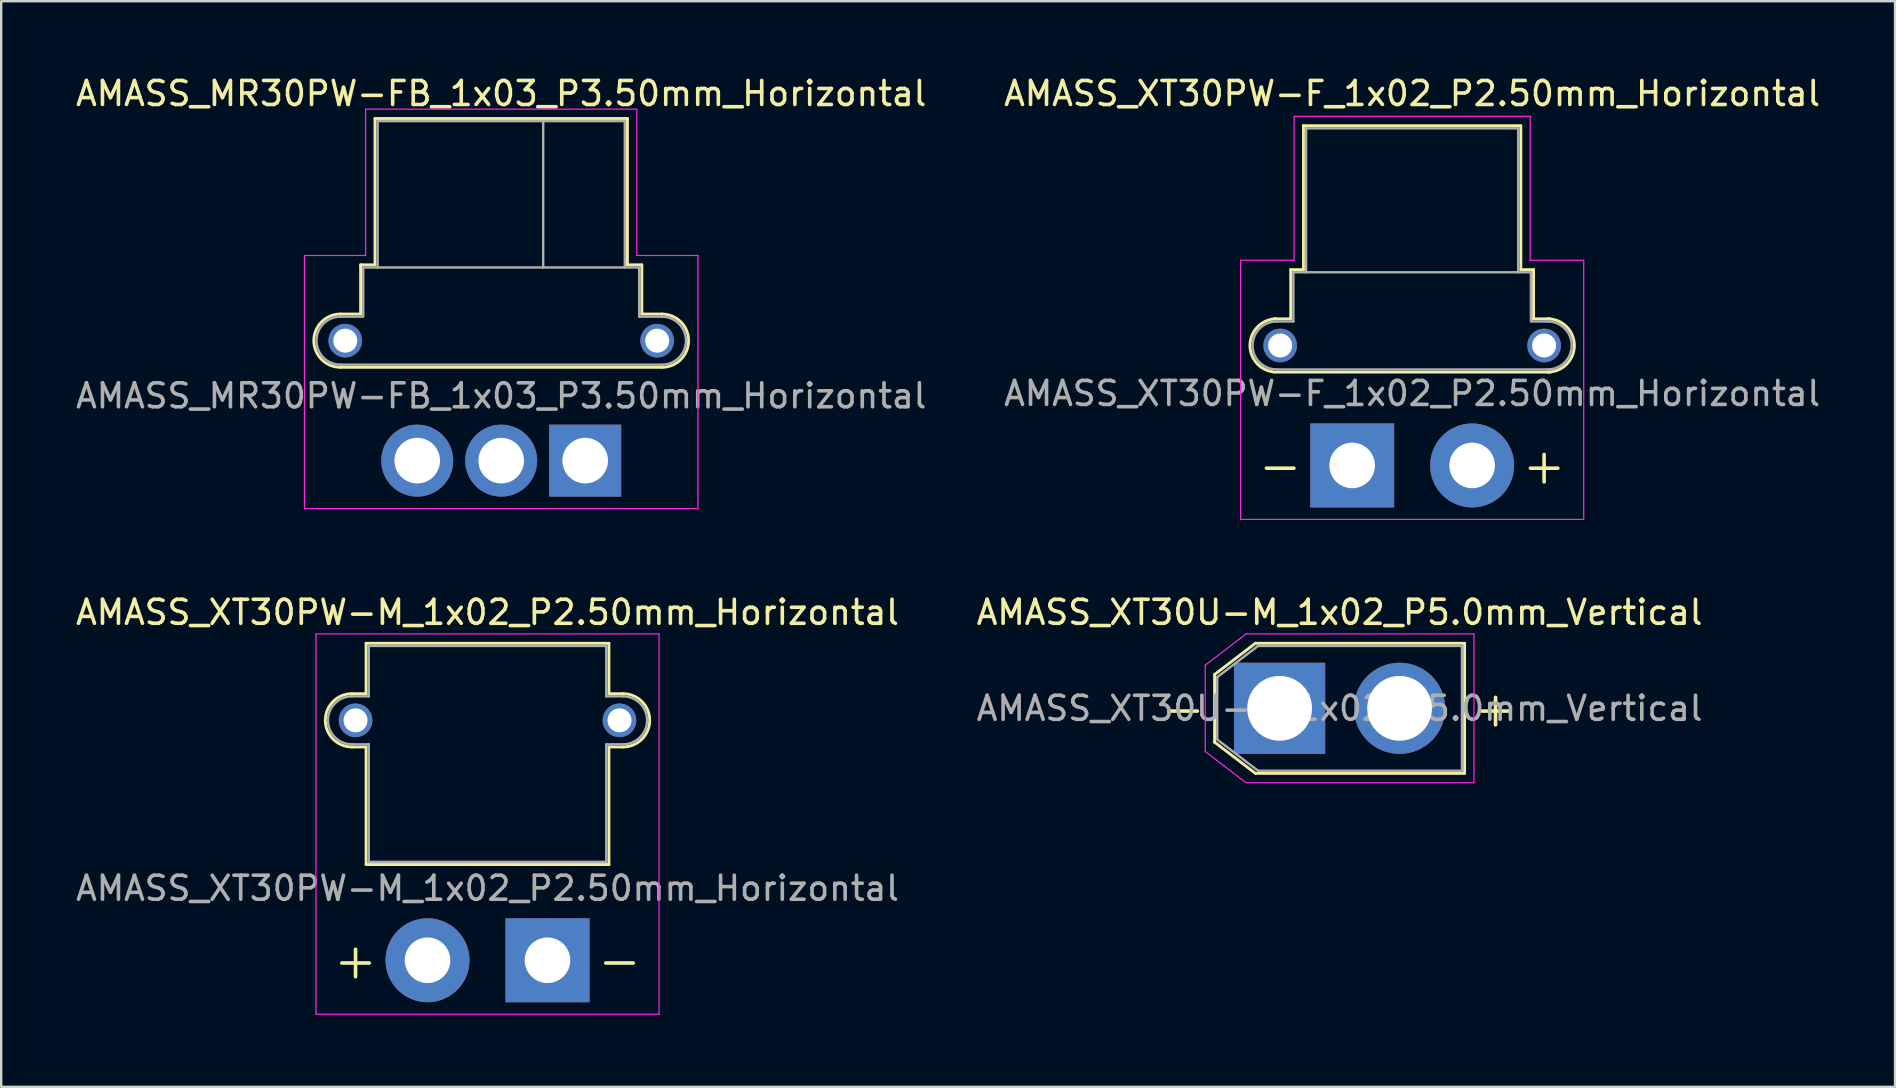
<source format=kicad_pcb>
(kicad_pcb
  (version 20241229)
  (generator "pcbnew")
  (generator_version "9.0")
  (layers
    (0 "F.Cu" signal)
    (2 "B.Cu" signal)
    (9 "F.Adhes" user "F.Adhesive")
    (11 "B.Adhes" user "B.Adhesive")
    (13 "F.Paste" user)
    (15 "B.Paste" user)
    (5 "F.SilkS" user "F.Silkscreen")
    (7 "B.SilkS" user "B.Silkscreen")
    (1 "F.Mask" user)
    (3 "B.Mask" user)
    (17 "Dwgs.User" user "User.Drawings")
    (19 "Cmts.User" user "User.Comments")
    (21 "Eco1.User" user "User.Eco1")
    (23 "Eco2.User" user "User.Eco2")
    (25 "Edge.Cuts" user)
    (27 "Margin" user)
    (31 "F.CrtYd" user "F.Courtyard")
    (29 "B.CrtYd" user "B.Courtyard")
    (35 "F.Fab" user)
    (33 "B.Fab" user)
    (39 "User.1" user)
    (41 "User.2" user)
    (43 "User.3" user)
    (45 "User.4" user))
  (footprint "AMASS_MR30PW-FB_1x03_P3.50mm_Horizontal"
    (layer "F.Cu")
    (at 21.339 16.148)
    (property "Reference" "AMASS_MR30PW-FB_1x03_P3.50mm_Horizontal" (at -3.5 -15.3 0) (layer "F.SilkS") (effects (font (size 1 1) (thickness 0.15))))
    (attr through_hole)
    (fp_line (start -10.2 -6.11) (end -9.36 -6.11) (stroke (width 0.12) (type solid)) (layer "F.SilkS"))
    (fp_line (start -10.2 -3.89) (end 3.2 -3.89) (stroke (width 0.12) (type solid)) (layer "F.SilkS"))
    (fp_line (start -9.36 -8.16) (end -9.36 -6.11) (stroke (width 0.12) (type solid)) (layer "F.SilkS"))
    (fp_line (start -9.36 -8.16) (end -8.76 -8.16) (stroke (width 0.12) (type solid)) (layer "F.SilkS"))
    (fp_line (start -8.76 -14.26) (end -8.76 -8.16) (stroke (width 0.12) (type solid)) (layer "F.SilkS"))
    (fp_line (start -8.76 -14.26) (end 1.76 -14.26) (stroke (width 0.12) (type solid)) (layer "F.SilkS"))
    (fp_line (start 1.76 -14.26) (end 1.76 -8.16) (stroke (width 0.12) (type solid)) (layer "F.SilkS"))
    (fp_line (start 1.76 -8.16) (end 2.36 -8.16) (stroke (width 0.12) (type solid)) (layer "F.SilkS"))
    (fp_line (start 2.36 -8.16) (end 2.36 -6.11) (stroke (width 0.12) (type solid)) (layer "F.SilkS"))
    (fp_line (start 2.36 -6.11) (end 3.2 -6.11) (stroke (width 0.12) (type solid)) (layer "F.SilkS"))
    (fp_arc (start -10.2 -3.89) (mid -11.31 -5) (end -10.2 -6.11) (stroke (width 0.12) (type solid)) (layer "F.SilkS"))
    (fp_arc (start 3.2 -6.11) (mid 4.31 -5) (end 3.2 -3.89) (stroke (width 0.12) (type solid)) (layer "F.SilkS"))
    (fp_line (start -11.7 -8.55) (end -11.7 2) (stroke (width 0.05) (type solid)) (layer "F.CrtYd"))
    (fp_line (start -11.7 2) (end 4.7 2) (stroke (width 0.05) (type solid)) (layer "F.CrtYd"))
    (fp_line (start -9.15 -14.65) (end -9.15 -8.55) (stroke (width 0.05) (type solid)) (layer "F.CrtYd"))
    (fp_line (start -9.15 -14.65) (end 2.15 -14.65) (stroke (width 0.05) (type solid)) (layer "F.CrtYd"))
    (fp_line (start -9.15 -8.55) (end -11.7 -8.55) (stroke (width 0.05) (type solid)) (layer "F.CrtYd"))
    (fp_line (start 2.15 -14.65) (end 2.15 -8.55) (stroke (width 0.05) (type solid)) (layer "F.CrtYd"))
    (fp_line (start 4.7 -8.55) (end 2.15 -8.55) (stroke (width 0.05) (type solid)) (layer "F.CrtYd"))
    (fp_line (start 4.7 -8.55) (end 4.7 2) (stroke (width 0.05) (type solid)) (layer "F.CrtYd"))
    (fp_line (start -10.2 -6) (end -9.25 -6) (stroke (width 0.1) (type solid)) (layer "F.Fab"))
    (fp_line (start -10.2 -4) (end 3.2 -4) (stroke (width 0.1) (type solid)) (layer "F.Fab"))
    (fp_line (start -9.25 -8.05) (end -9.25 -6.05) (stroke (width 0.1) (type solid)) (layer "F.Fab"))
    (fp_line (start -9.25 -8.05) (end 2.25 -8.05) (stroke (width 0.1) (type solid)) (layer "F.Fab"))
    (fp_line (start -8.65 -14.15) (end -8.65 -8.05) (stroke (width 0.1) (type solid)) (layer "F.Fab"))
    (fp_line (start -8.65 -14.15) (end 1.65 -14.15) (stroke (width 0.1) (type solid)) (layer "F.Fab"))
    (fp_line (start -1.75 -14.15) (end -1.75 -8.05) (stroke (width 0.1) (type solid)) (layer "F.Fab"))
    (fp_line (start 1.65 -14.15) (end 1.65 -8.05) (stroke (width 0.1) (type solid)) (layer "F.Fab"))
    (fp_line (start 2.25 -8.05) (end 2.25 -6) (stroke (width 0.1) (type solid)) (layer "F.Fab"))
    (fp_line (start 2.255 -6) (end 3.2 -6) (stroke (width 0.1) (type solid)) (layer "F.Fab"))
    (fp_arc (start -10.2 -4) (mid -11.2 -5) (end -10.2 -6) (stroke (width 0.1) (type solid)) (layer "F.Fab"))
    (fp_arc (start 3.2 -6) (mid 4.2 -5) (end 3.2 -4) (stroke (width 0.1) (type solid)) (layer "F.Fab"))
    (fp_text user "${REFERENCE}" (at -3.5 -2.7 0) (layer "F.Fab") (effects (font (size 1 1) (thickness 0.15))))
    (pad "" thru_hole circle (at -10 -5) (size 1.4 1.4) (drill 1) (layers "*.Cu" "*.Mask"))
    (pad "" thru_hole circle (at 3 -5 90) (size 1.4 1.4) (drill 1) (layers "*.Cu" "*.Mask"))
    (pad "1" thru_hole rect (at 0 0) (size 3 3) (drill 1.9) (layers "*.Cu" "*.Mask"))
    (pad "2" thru_hole circle (at -3.5 0) (size 3 3) (drill 1.9) (layers "*.Cu" "*.Mask"))
    (pad "3" thru_hole circle (at -7 0) (size 3 3) (drill 1.9) (layers "*.Cu" "*.Mask")))
  (footprint "AMASS_XT30U-M_1x02_P5.0mm_Vertical"
    (layer "F.Cu")
    (at 50.28 26.471)
    (property "Reference" "AMASS_XT30U-M_1x02_P5.0mm_Vertical" (at 2.5 -4 0) (layer "F.SilkS") (effects (font (size 1 1) (thickness 0.15))))
    (attr through_hole)
    (fp_line (start -2.71 -1.41) (end -2.71 1.41) (stroke (width 0.12) (type solid)) (layer "F.SilkS"))
    (fp_line (start -2.71 -1.41) (end -1.01 -2.71) (stroke (width 0.12) (type solid)) (layer "F.SilkS"))
    (fp_line (start -2.71 1.41) (end -1.01 2.71) (stroke (width 0.12) (type solid)) (layer "F.SilkS"))
    (fp_line (start -1.01 -2.71) (end 7.71 -2.71) (stroke (width 0.12) (type solid)) (layer "F.SilkS"))
    (fp_line (start -1.01 2.71) (end 7.71 2.71) (stroke (width 0.12) (type solid)) (layer "F.SilkS"))
    (fp_line (start 7.71 -2.71) (end 7.71 2.71) (stroke (width 0.12) (type solid)) (layer "F.SilkS"))
    (fp_line (start -3.1 -1.8) (end -3.1 1.8) (stroke (width 0.05) (type solid)) (layer "F.CrtYd"))
    (fp_line (start -3.1 -1.8) (end -1.4 -3.1) (stroke (width 0.05) (type solid)) (layer "F.CrtYd"))
    (fp_line (start -3.1 1.8) (end -1.4 3.1) (stroke (width 0.05) (type solid)) (layer "F.CrtYd"))
    (fp_line (start -1.4 -3.1) (end 8.1 -3.1) (stroke (width 0.05) (type solid)) (layer "F.CrtYd"))
    (fp_line (start -1.4 3.1) (end 8.1 3.1) (stroke (width 0.05) (type solid)) (layer "F.CrtYd"))
    (fp_line (start 8.1 -3.1) (end 8.1 3.1) (stroke (width 0.05) (type solid)) (layer "F.CrtYd"))
    (fp_line (start -2.6 -1.3) (end -2.6 1.3) (stroke (width 0.1) (type solid)) (layer "F.Fab"))
    (fp_line (start -2.6 -1.3) (end -0.9 -2.6) (stroke (width 0.1) (type solid)) (layer "F.Fab"))
    (fp_line (start -2.6 1.3) (end -0.9 2.6) (stroke (width 0.1) (type solid)) (layer "F.Fab"))
    (fp_line (start -0.9 -2.6) (end 7.6 -2.6) (stroke (width 0.1) (type solid)) (layer "F.Fab"))
    (fp_line (start -0.9 2.6) (end 7.6 2.6) (stroke (width 0.1) (type solid)) (layer "F.Fab"))
    (fp_line (start 7.6 -2.6) (end 7.6 2.6) (stroke (width 0.1) (type solid)) (layer "F.Fab"))
    (fp_text user "+" (at 9 0 0) (layer "F.SilkS") (effects (font (size 1.5 1.5) (thickness 0.15))))
    (fp_text user "-" (at -4 0 0) (layer "F.SilkS") (effects (font (size 1.5 1.5) (thickness 0.15))))
    (fp_text user "${REFERENCE}" (at 2.5 0 0) (layer "F.Fab") (effects (font (size 1 1) (thickness 0.15))))
    (pad "1" thru_hole rect (at 0 0) (size 3.8 3.8) (drill 2.7) (layers "*.Cu" "*.Mask"))
    (pad "2" thru_hole circle (at 5 0) (size 3.8 3.8) (drill 2.7) (layers "*.Cu" "*.Mask")))
  (footprint "AMASS_XT30PW-F_1x02_P2.50mm_Horizontal"
    (layer "F.Cu")
    (at 53.304 16.348)
    (property "Reference" "AMASS_XT30PW-F_1x02_P2.50mm_Horizontal" (at 2.5 -15.5 0) (layer "F.SilkS") (effects (font (size 1 1) (thickness 0.15))))
    (attr through_hole)
    (fp_line (start -3.26 -6.11) (end -2.56 -6.11) (stroke (width 0.12) (type solid)) (layer "F.SilkS"))
    (fp_line (start -3.26 -3.89) (end 8.26 -3.89) (stroke (width 0.12) (type solid)) (layer "F.SilkS"))
    (fp_line (start -2.56 -8.16) (end -2.56 -6.11) (stroke (width 0.12) (type solid)) (layer "F.SilkS"))
    (fp_line (start -2.56 -8.16) (end -2.03 -8.16) (stroke (width 0.12) (type solid)) (layer "F.SilkS"))
    (fp_line (start -2.03 -14.16) (end -2.03 -8.16) (stroke (width 0.12) (type solid)) (layer "F.SilkS"))
    (fp_line (start -2.03 -14.16) (end 7 -14.16) (stroke (width 0.12) (type solid)) (layer "F.SilkS"))
    (fp_line (start 7.03 -14.16) (end 7.03 -8.16) (stroke (width 0.12) (type solid)) (layer "F.SilkS"))
    (fp_line (start 7.03 -8.16) (end 7.56 -8.16) (stroke (width 0.12) (type solid)) (layer "F.SilkS"))
    (fp_line (start 7.56 -8.16) (end 7.56 -6.11) (stroke (width 0.12) (type solid)) (layer "F.SilkS"))
    (fp_line (start 7.56 -6.11) (end 8.26 -6.11) (stroke (width 0.12) (type solid)) (layer "F.SilkS"))
    (fp_arc (start -3.321729 -3.903365) (mid -4.256653 -5.086124) (end -3.15 -6.11) (stroke (width 0.12) (type solid)) (layer "F.SilkS"))
    (fp_arc (start 8.15 -6.11) (mid 9.26 -5) (end 8.15 -3.89) (stroke (width 0.12) (type solid)) (layer "F.SilkS"))
    (fp_line (start -4.65 -8.55) (end -4.65 2.25) (stroke (width 0.05) (type solid)) (layer "F.CrtYd"))
    (fp_line (start -4.65 -8.55) (end -2.42 -8.55) (stroke (width 0.05) (type solid)) (layer "F.CrtYd"))
    (fp_line (start -4.65 2.25) (end 9.65 2.25) (stroke (width 0.05) (type solid)) (layer "F.CrtYd"))
    (fp_line (start -2.42 -14.55) (end -2.42 -8.55) (stroke (width 0.05) (type solid)) (layer "F.CrtYd"))
    (fp_line (start -2.42 -14.55) (end 7.42 -14.55) (stroke (width 0.05) (type solid)) (layer "F.CrtYd"))
    (fp_line (start 7.42 -14.55) (end 7.42 -8.55) (stroke (width 0.05) (type solid)) (layer "F.CrtYd"))
    (fp_line (start 7.42 -8.55) (end 9.65 -8.55) (stroke (width 0.05) (type solid)) (layer "F.CrtYd"))
    (fp_line (start 9.65 -8.55) (end 9.65 2.25) (stroke (width 0.05) (type solid)) (layer "F.CrtYd"))
    (fp_line (start -3.15 -6) (end -2.45 -6) (stroke (width 0.1) (type solid)) (layer "F.Fab"))
    (fp_line (start -3.15 -4) (end 8.15 -4) (stroke (width 0.1) (type solid)) (layer "F.Fab"))
    (fp_line (start -2.45 -8.05) (end -2.45 -6) (stroke (width 0.1) (type solid)) (layer "F.Fab"))
    (fp_line (start -2.45 -8.05) (end 7.45 -8.05) (stroke (width 0.1) (type solid)) (layer "F.Fab"))
    (fp_line (start -1.92 -14.05) (end -1.92 -8.05) (stroke (width 0.1) (type solid)) (layer "F.Fab"))
    (fp_line (start -1.92 -14.05) (end 6.92 -14.05) (stroke (width 0.1) (type solid)) (layer "F.Fab"))
    (fp_line (start 6.92 -14.05) (end 6.92 -8.05) (stroke (width 0.1) (type solid)) (layer "F.Fab"))
    (fp_line (start 7.45 -8.05) (end 7.45 -6.05) (stroke (width 0.1) (type solid)) (layer "F.Fab"))
    (fp_line (start 7.45 -6) (end 8.15 -6) (stroke (width 0.1) (type solid)) (layer "F.Fab"))
    (fp_arc (start -3.15 -4) (mid -4.15 -5) (end -3.15 -6) (stroke (width 0.1) (type solid)) (layer "F.Fab"))
    (fp_arc (start 8.15 -6) (mid 9.15 -5) (end 8.15 -4) (stroke (width 0.1) (type solid)) (layer "F.Fab"))
    (fp_text user "-" (at -3 0 0) (layer "F.SilkS") (effects (font (size 1.5 1.5) (thickness 0.15))))
    (fp_text user "+" (at 8 0 0) (layer "F.SilkS") (effects (font (size 1.5 1.5) (thickness 0.15))))
    (fp_text user "${REFERENCE}" (at 2.5 -3 0) (layer "F.Fab") (effects (font (size 1 1) (thickness 0.15))))
    (pad "" thru_hole circle (at -3 -5 90) (size 1.4 1.4) (drill 1) (layers "*.Cu" "*.Mask"))
    (pad "" thru_hole circle (at 8 -5) (size 1.4 1.4) (drill 1) (layers "*.Cu" "*.Mask"))
    (pad "1" thru_hole rect (at 0 0) (size 3.5 3.5) (drill 1.9) (layers "*.Cu" "*.Mask"))
    (pad "2" thru_hole circle (at 5 0) (size 3.5 3.5) (drill 1.9) (layers "*.Cu" "*.Mask")))
  (footprint "AMASS_XT30PW-M_1x02_P2.50mm_Horizontal"
    (layer "F.Cu")
    (at 19.768 36.971)
    (property "Reference" "AMASS_XT30PW-M_1x02_P2.50mm_Horizontal" (at -2.5 -14.5 0) (layer "F.SilkS") (effects (font (size 1 1) (thickness 0.15))))
    (attr through_hole)
    (fp_line (start -8.15 -11.11) (end -7.56 -11.11) (stroke (width 0.12) (type solid)) (layer "F.SilkS"))
    (fp_line (start -8.15 -8.89) (end -7.56 -8.89) (stroke (width 0.12) (type solid)) (layer "F.SilkS"))
    (fp_line (start -7.56 -13.21) (end -7.56 -11.11) (stroke (width 0.12) (type solid)) (layer "F.SilkS"))
    (fp_line (start -7.56 -13.21) (end 2.56 -13.21) (stroke (width 0.12) (type solid)) (layer "F.SilkS"))
    (fp_line (start -7.56 -8.89) (end -7.56 -3.99) (stroke (width 0.12) (type solid)) (layer "F.SilkS"))
    (fp_line (start -7.56 -3.99) (end 2.56 -3.99) (stroke (width 0.12) (type solid)) (layer "F.SilkS"))
    (fp_line (start 2.56 -13.21) (end 2.56 -11.11) (stroke (width 0.12) (type solid)) (layer "F.SilkS"))
    (fp_line (start 2.56 -11.11) (end 3.15 -11.11) (stroke (width 0.12) (type solid)) (layer "F.SilkS"))
    (fp_line (start 2.56 -8.89) (end 2.56 -3.99) (stroke (width 0.12) (type solid)) (layer "F.SilkS"))
    (fp_line (start 2.56 -8.89) (end 3.15 -8.89) (stroke (width 0.12) (type solid)) (layer "F.SilkS"))
    (fp_arc (start -8.15 -8.89) (mid -9.26 -10) (end -8.15 -11.11) (stroke (width 0.12) (type solid)) (layer "F.SilkS"))
    (fp_arc (start 3.15 -11.11) (mid 4.26 -10) (end 3.15 -8.89) (stroke (width 0.12) (type solid)) (layer "F.SilkS"))
    (fp_line (start -9.65 -13.6) (end -9.65 2.25) (stroke (width 0.05) (type solid)) (layer "F.CrtYd"))
    (fp_line (start -9.65 -13.6) (end 4.65 -13.6) (stroke (width 0.05) (type solid)) (layer "F.CrtYd"))
    (fp_line (start -9.65 2.25) (end 4.65 2.25) (stroke (width 0.05) (type solid)) (layer "F.CrtYd"))
    (fp_line (start 4.65 -13.6) (end 4.65 2.25) (stroke (width 0.05) (type solid)) (layer "F.CrtYd"))
    (fp_line (start -8.15 -11) (end -7.45 -11) (stroke (width 0.1) (type solid)) (layer "F.Fab"))
    (fp_line (start -8.15 -9) (end -7.45 -9) (stroke (width 0.1) (type solid)) (layer "F.Fab"))
    (fp_line (start -7.45 -13.1) (end -7.45 -11) (stroke (width 0.1) (type solid)) (layer "F.Fab"))
    (fp_line (start -7.45 -13.1) (end 2.45 -13.1) (stroke (width 0.1) (type solid)) (layer "F.Fab"))
    (fp_line (start -7.45 -9) (end -7.45 -4.1) (stroke (width 0.1) (type solid)) (layer "F.Fab"))
    (fp_line (start -7.45 -4.1) (end 2.45 -4.1) (stroke (width 0.1) (type solid)) (layer "F.Fab"))
    (fp_line (start 2.45 -13.1) (end 2.45 -11) (stroke (width 0.1) (type solid)) (layer "F.Fab"))
    (fp_line (start 2.45 -11) (end 3.15 -11) (stroke (width 0.1) (type solid)) (layer "F.Fab"))
    (fp_line (start 2.45 -9) (end 2.45 -4.1) (stroke (width 0.1) (type solid)) (layer "F.Fab"))
    (fp_line (start 2.45 -9) (end 3.15 -9) (stroke (width 0.1) (type solid)) (layer "F.Fab"))
    (fp_arc (start -8.15 -9) (mid -9.15 -10) (end -8.15 -11) (stroke (width 0.1) (type solid)) (layer "F.Fab"))
    (fp_arc (start 3.15 -11) (mid 4.15 -10) (end 3.15 -9) (stroke (width 0.1) (type solid)) (layer "F.Fab"))
    (fp_text user "+" (at -8 0 0) (layer "F.SilkS") (effects (font (size 1.5 1.5) (thickness 0.15))))
    (fp_text user "-" (at 3 0 0) (layer "F.SilkS") (effects (font (size 1.5 1.5) (thickness 0.15))))
    (fp_text user "${REFERENCE}" (at -2.5 -3 0) (layer "F.Fab") (effects (font (size 1 1) (thickness 0.15))))
    (pad "" thru_hole circle (at -8 -10) (size 1.4 1.4) (drill 1) (layers "*.Cu" "*.Mask"))
    (pad "" thru_hole circle (at 3 -10) (size 1.4 1.4) (drill 1) (layers "*.Cu" "*.Mask"))
    (pad "1" thru_hole rect (at 0 0) (size 3.5 3.5) (drill 1.9) (layers "*.Cu" "*.Mask"))
    (pad "2" thru_hole circle (at -5 0) (size 3.5 3.5) (drill 1.9) (layers "*.Cu" "*.Mask")))
  (gr_rect
    (start -3 -3)
    (end 75.929 42.246)
    (stroke (width 0.1) (type default))
    (fill no)
    (layer "Edge.Cuts")))
</source>
